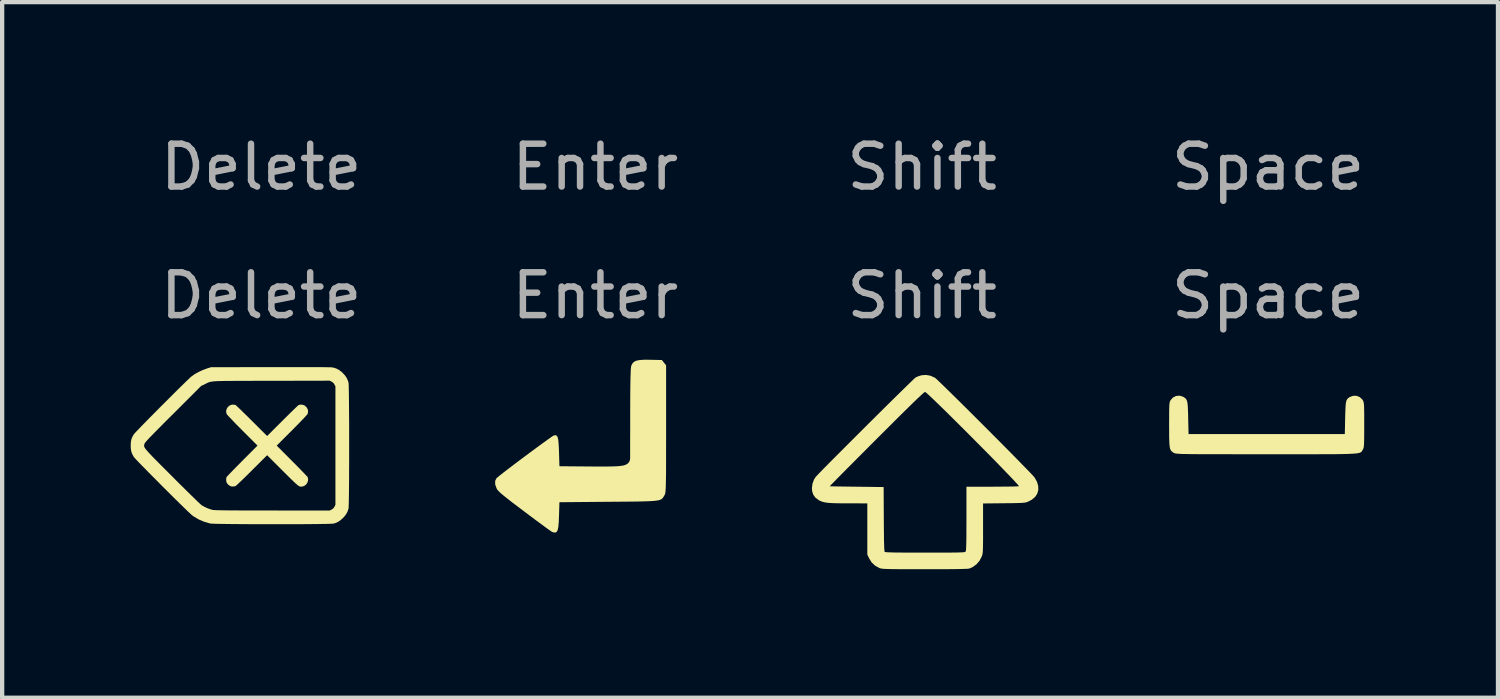
<source format=kicad_pcb>
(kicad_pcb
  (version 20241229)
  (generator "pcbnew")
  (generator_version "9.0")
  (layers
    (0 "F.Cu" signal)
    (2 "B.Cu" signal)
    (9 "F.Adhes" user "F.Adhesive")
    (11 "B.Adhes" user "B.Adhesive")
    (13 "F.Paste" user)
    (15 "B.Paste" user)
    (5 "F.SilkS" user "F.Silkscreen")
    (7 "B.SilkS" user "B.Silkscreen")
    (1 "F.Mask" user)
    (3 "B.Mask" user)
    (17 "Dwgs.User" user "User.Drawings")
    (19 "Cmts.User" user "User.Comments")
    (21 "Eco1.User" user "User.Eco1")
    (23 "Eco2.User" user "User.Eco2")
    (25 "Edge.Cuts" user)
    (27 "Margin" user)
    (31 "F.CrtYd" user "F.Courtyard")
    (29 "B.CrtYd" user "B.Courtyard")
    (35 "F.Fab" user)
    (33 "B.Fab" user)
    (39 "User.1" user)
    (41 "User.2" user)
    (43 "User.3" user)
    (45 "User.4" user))
  (footprint "Enter"
    (layer "F.Cu")
    (at 10.842 7.348)
    (property "Reference" "Enter" (at 0 -6.5 0) (unlocked yes) (layer "F.Fab") (effects (font (size 1 1) (thickness 0.15))))
    (fp_poly (pts (xy 1.279 -2.003) (xy 1.552 -1.997) (xy 1.601 -1.936) (xy 1.651 -1.874) (xy 1.651 -0.389) (xy 1.651 -0.107) (xy 1.65 0.138) (xy 1.65 0.347) (xy 1.65 0.524) (xy 1.649 0.672) (xy 1.647 0.793) (xy 1.645 0.891) (xy 1.643 0.968) (xy 1.64 1.027) (xy 1.636 1.071) (xy 1.632 1.104) (xy 1.626 1.127) (xy 1.62 1.144) (xy 1.613 1.158) (xy 1.611 1.161) (xy 1.594 1.19) (xy 1.578 1.215) (xy 1.56 1.236) (xy 1.537 1.253) (xy 1.506 1.267) (xy 1.463 1.278) (xy 1.405 1.286) (xy 1.329 1.293) (xy 1.231 1.298) (xy 1.109 1.302) (xy 0.959 1.305) (xy 0.778 1.307) (xy 0.562 1.309) (xy 0.31 1.311) (xy -0.838 1.321) (xy -0.848 1.641) (xy -0.854 1.784) (xy -0.863 1.89) (xy -0.877 1.963) (xy -0.898 2.007) (xy -0.927 2.028) (xy -0.966 2.027) (xy -1.012 2.013) (xy -1.034 1.998) (xy -1.086 1.962) (xy -1.163 1.906) (xy -1.261 1.834) (xy -1.376 1.749) (xy -1.505 1.653) (xy -1.644 1.549) (xy -1.651 1.543) (xy -1.817 1.418) (xy -1.953 1.315) (xy -2.061 1.23) (xy -2.145 1.163) (xy -2.209 1.109) (xy -2.254 1.066) (xy -2.284 1.033) (xy -2.301 1.006) (xy -2.302 1.005) (xy -2.337 0.908) (xy -2.338 0.825) (xy -2.308 0.762) (xy -2.281 0.738) (xy -2.227 0.694) (xy -2.148 0.632) (xy -2.051 0.557) (xy -1.939 0.472) (xy -1.816 0.379) (xy -1.687 0.282) (xy -1.557 0.185) (xy -1.429 0.091) (xy -1.309 0.002) (xy -1.2 -0.077) (xy -1.107 -0.144) (xy -1.035 -0.195) (xy -0.987 -0.227) (xy -0.97 -0.236) (xy -0.933 -0.243) (xy -0.905 -0.234) (xy -0.884 -0.206) (xy -0.869 -0.153) (xy -0.859 -0.072) (xy -0.852 0.043) (xy -0.848 0.149) (xy -0.838 0.481) (xy -0.142 0.487) (xy 0.066 0.488) (xy 0.237 0.488) (xy 0.376 0.486) (xy 0.486 0.483) (xy 0.571 0.476) (xy 0.637 0.467) (xy 0.687 0.454) (xy 0.725 0.438) (xy 0.755 0.418) (xy 0.771 0.404) (xy 0.802 0.354) (xy 0.812 0.301) (xy 0.812 0.268) (xy 0.812 0.198) (xy 0.812 0.096) (xy 0.812 -0.035) (xy 0.812 -0.189) (xy 0.813 -0.364) (xy 0.813 -0.553) (xy 0.813 -0.755) (xy 0.813 -0.778) (xy 0.814 -1.039) (xy 0.815 -1.26) (xy 0.817 -1.444) (xy 0.82 -1.592) (xy 0.824 -1.707) (xy 0.828 -1.789) (xy 0.834 -1.842) (xy 0.838 -1.862) (xy 0.864 -1.916) (xy 0.901 -1.955) (xy 0.957 -1.982) (xy 1.036 -1.997) (xy 1.145 -2.004)) (stroke (width 0) (type solid)) (fill yes) (layer "F.SilkS"))
    (fp_text user "${REFERENCE}" (at 0 -3.5 0) (unlocked yes) (layer "F.Fab") (effects (font (size 1 1) (thickness 0.15)))))
  (footprint "Delete"
    (layer "F.Cu")
    (at 3.045 7.348)
    (property "Reference" "Delete" (at 0 -6.5 0) (unlocked yes) (layer "F.Fab") (effects (font (size 1 1) (thickness 0.15))))
    (fp_poly (pts (xy -0.613 -0.952) (xy -0.597 -0.946) (xy -0.585 -0.937) (xy -0.562 -0.915) (xy -0.527 -0.882) (xy -0.482 -0.839) (xy -0.429 -0.787) (xy -0.369 -0.728) (xy -0.303 -0.664) (xy -0.234 -0.595) (xy -0.218 -0.579) (xy 0.138 -0.224) (xy 0.494 -0.579) (xy 0.564 -0.649) (xy 0.631 -0.715) (xy 0.692 -0.775) (xy 0.747 -0.828) (xy 0.793 -0.873) (xy 0.83 -0.909) (xy 0.857 -0.933) (xy 0.871 -0.945) (xy 0.872 -0.946) (xy 0.911 -0.956) (xy 0.956 -0.955) (xy 0.999 -0.943) (xy 1.015 -0.934) (xy 1.059 -0.894) (xy 1.086 -0.847) (xy 1.094 -0.795) (xy 1.084 -0.741) (xy 1.084 -0.741) (xy 1.075 -0.728) (xy 1.053 -0.703) (xy 1.02 -0.667) (xy 0.977 -0.621) (xy 0.925 -0.567) (xy 0.867 -0.507) (xy 0.802 -0.441) (xy 0.733 -0.371) (xy 0.718 -0.356) (xy 0.362 0) (xy 0.717 0.356) (xy 0.787 0.426) (xy 0.853 0.493) (xy 0.913 0.554) (xy 0.966 0.609) (xy 1.011 0.656) (xy 1.046 0.693) (xy 1.071 0.719) (xy 1.083 0.733) (xy 1.083 0.734) (xy 1.095 0.778) (xy 1.091 0.825) (xy 1.073 0.871) (xy 1.044 0.911) (xy 1.005 0.94) (xy 0.969 0.952) (xy 0.951 0.956) (xy 0.934 0.958) (xy 0.918 0.957) (xy 0.901 0.953) (xy 0.882 0.944) (xy 0.86 0.93) (xy 0.833 0.908) (xy 0.799 0.879) (xy 0.759 0.841) (xy 0.709 0.794) (xy 0.65 0.735) (xy 0.579 0.664) (xy 0.499 0.585) (xy 0.138 0.224) (xy -0.219 0.58) (xy -0.289 0.65) (xy -0.356 0.716) (xy -0.418 0.776) (xy -0.473 0.829) (xy -0.521 0.874) (xy -0.559 0.91) (xy -0.586 0.934) (xy -0.601 0.945) (xy -0.603 0.946) (xy -0.65 0.955) (xy -0.699 0.952) (xy -0.719 0.945) (xy -0.758 0.922) (xy -0.792 0.886) (xy -0.805 0.865) (xy -0.815 0.831) (xy -0.818 0.789) (xy -0.814 0.75) (xy -0.808 0.734) (xy -0.799 0.723) (xy -0.777 0.699) (xy -0.744 0.664) (xy -0.701 0.62) (xy -0.649 0.566) (xy -0.59 0.506) (xy -0.526 0.441) (xy -0.457 0.371) (xy -0.442 0.356) (xy -0.087 0) (xy -0.442 -0.356) (xy -0.512 -0.427) (xy -0.578 -0.493) (xy -0.638 -0.555) (xy -0.691 -0.611) (xy -0.736 -0.658) (xy -0.772 -0.696) (xy -0.796 -0.724) (xy -0.808 -0.739) (xy -0.808 -0.741) (xy -0.819 -0.795) (xy -0.81 -0.847) (xy -0.784 -0.894) (xy -0.74 -0.934) (xy -0.74 -0.934) (xy -0.702 -0.951) (xy -0.656 -0.957)) (stroke (width 0) (type solid)) (fill yes) (layer "F.SilkS"))
    (fp_poly (pts (xy 0.95 -1.832) (xy 1.087 -1.832) (xy 1.208 -1.832) (xy 1.313 -1.832) (xy 1.403 -1.831) (xy 1.479 -1.83) (xy 1.542 -1.829) (xy 1.592 -1.828) (xy 1.629 -1.827) (xy 1.655 -1.825) (xy 1.671 -1.823) (xy 1.672 -1.823) (xy 1.747 -1.801) (xy 1.814 -1.767) (xy 1.878 -1.718) (xy 1.907 -1.69) (xy 1.959 -1.633) (xy 1.996 -1.577) (xy 2.023 -1.516) (xy 2.037 -1.472) (xy 2.039 -1.454) (xy 2.041 -1.418) (xy 2.043 -1.364) (xy 2.044 -1.295) (xy 2.046 -1.211) (xy 2.047 -1.115) (xy 2.048 -1.007) (xy 2.049 -0.888) (xy 2.05 -0.761) (xy 2.051 -0.627) (xy 2.052 -0.486) (xy 2.052 -0.341) (xy 2.052 -0.193) (xy 2.052 -0.043) (xy 2.052 0.108) (xy 2.052 0.257) (xy 2.052 0.404) (xy 2.051 0.547) (xy 2.051 0.685) (xy 2.05 0.817) (xy 2.049 0.94) (xy 2.048 1.054) (xy 2.047 1.158) (xy 2.045 1.249) (xy 2.044 1.327) (xy 2.042 1.389) (xy 2.04 1.436) (xy 2.038 1.464) (xy 2.037 1.472) (xy 2.014 1.539) (xy 1.984 1.597) (xy 1.942 1.653) (xy 1.907 1.69) (xy 1.85 1.741) (xy 1.794 1.779) (xy 1.734 1.806) (xy 1.69 1.819) (xy 1.672 1.821) (xy 1.635 1.823) (xy 1.582 1.825) (xy 1.512 1.827) (xy 1.429 1.828) (xy 1.332 1.83) (xy 1.224 1.831) (xy 1.106 1.832) (xy 0.98 1.833) (xy 0.846 1.833) (xy 0.706 1.834) (xy 0.562 1.834) (xy 0.415 1.834) (xy 0.267 1.834) (xy 0.118 1.834) (xy -0.029 1.834) (xy -0.174 1.833) (xy -0.315 1.833) (xy -0.45 1.832) (xy -0.578 1.831) (xy -0.698 1.83) (xy -0.808 1.829) (xy -0.907 1.827) (xy -0.994 1.826) (xy -1.067 1.824) (xy -1.124 1.822) (xy -1.164 1.82) (xy -1.186 1.818) (xy -1.188 1.818) (xy -1.325 1.779) (xy -1.455 1.724) (xy -1.575 1.653) (xy -1.612 1.626) (xy -1.632 1.609) (xy -1.663 1.58) (xy -1.706 1.54) (xy -1.759 1.489) (xy -1.82 1.429) (xy -1.889 1.362) (xy -1.964 1.288) (xy -2.044 1.21) (xy -2.127 1.127) (xy -2.213 1.041) (xy -2.3 0.955) (xy -2.386 0.868) (xy -2.471 0.782) (xy -2.554 0.699) (xy -2.633 0.619) (xy -2.706 0.544) (xy -2.774 0.476) (xy -2.833 0.414) (xy -2.884 0.362) (xy -2.924 0.319) (xy -2.953 0.287) (xy -2.969 0.268) (xy -2.971 0.266) (xy -3.005 0.207) (xy -3.028 0.15) (xy -3.041 0.087) (xy -3.045 0.013) (xy -3.045 0) (xy -3.045 -0.001) (xy -2.733 -0.001) (xy -2.732 0.012) (xy -2.729 0.027) (xy -2.721 0.044) (xy -2.708 0.064) (xy -2.69 0.089) (xy -2.665 0.118) (xy -2.633 0.154) (xy -2.594 0.197) (xy -2.545 0.248) (xy -2.487 0.308) (xy -2.418 0.377) (xy -2.338 0.458) (xy -2.246 0.55) (xy -2.141 0.655) (xy -2.076 0.72) (xy -1.982 0.815) (xy -1.89 0.906) (xy -1.803 0.992) (xy -1.721 1.073) (xy -1.646 1.147) (xy -1.578 1.213) (xy -1.519 1.271) (xy -1.469 1.319) (xy -1.43 1.355) (xy -1.403 1.38) (xy -1.39 1.391) (xy -1.328 1.426) (xy -1.257 1.46) (xy -1.184 1.486) (xy -1.133 1.5) (xy -1.121 1.502) (xy -1.102 1.504) (xy -1.075 1.505) (xy -1.039 1.507) (xy -0.994 1.508) (xy -0.938 1.509) (xy -0.871 1.51) (xy -0.792 1.511) (xy -0.7 1.512) (xy -0.593 1.512) (xy -0.472 1.513) (xy -0.335 1.513) (xy -0.18 1.513) (xy -0.008 1.514) (xy 0.182 1.514) (xy 0.263 1.514) (xy 1.598 1.515) (xy 1.643 1.492) (xy 1.681 1.466) (xy 1.707 1.43) (xy 1.71 1.425) (xy 1.732 1.381) (xy 1.732 -1.381) (xy 1.71 -1.425) (xy 1.684 -1.463) (xy 1.648 -1.49) (xy 1.642 -1.492) (xy 1.598 -1.515) (xy 0.237 -1.512) (xy 0.043 -1.512) (xy -0.132 -1.512) (xy -0.289 -1.511) (xy -0.43 -1.511) (xy -0.555 -1.511) (xy -0.665 -1.51) (xy -0.762 -1.51) (xy -0.847 -1.509) (xy -0.919 -1.507) (xy -0.982 -1.506) (xy -1.035 -1.504) (xy -1.08 -1.501) (xy -1.117 -1.498) (xy -1.149 -1.494) (xy -1.175 -1.49) (xy -1.197 -1.485) (xy -1.217 -1.479) (xy -1.234 -1.473) (xy -1.251 -1.466) (xy -1.268 -1.457) (xy -1.286 -1.448) (xy -1.306 -1.438) (xy -1.317 -1.432) (xy -1.402 -1.392) (xy -2.056 -0.738) (xy -2.169 -0.626) (xy -2.268 -0.527) (xy -2.354 -0.44) (xy -2.429 -0.365) (xy -2.493 -0.3) (xy -2.547 -0.244) (xy -2.593 -0.198) (xy -2.629 -0.159) (xy -2.658 -0.128) (xy -2.681 -0.102) (xy -2.698 -0.082) (xy -2.71 -0.067) (xy -2.718 -0.055) (xy -2.722 -0.045) (xy -2.723 -0.042) (xy -2.727 -0.028) (xy -2.731 -0.014) (xy -2.733 -0.001) (xy -3.045 -0.001) (xy -3.042 -0.077) (xy -3.031 -0.141) (xy -3.01 -0.198) (xy -2.977 -0.256) (xy -2.971 -0.266) (xy -2.958 -0.281) (xy -2.933 -0.309) (xy -2.896 -0.348) (xy -2.848 -0.398) (xy -2.791 -0.457) (xy -2.726 -0.523) (xy -2.655 -0.596) (xy -2.578 -0.674) (xy -2.497 -0.756) (xy -2.413 -0.841) (xy -2.328 -0.927) (xy -2.241 -1.013) (xy -2.156 -1.098) (xy -2.073 -1.181) (xy -1.993 -1.261) (xy -1.918 -1.335) (xy -1.848 -1.403) (xy -1.786 -1.464) (xy -1.732 -1.517) (xy -1.687 -1.559) (xy -1.654 -1.591) (xy -1.632 -1.61) (xy -1.631 -1.611) (xy -1.554 -1.666) (xy -1.463 -1.718) (xy -1.364 -1.763) (xy -1.264 -1.8) (xy -1.262 -1.801) (xy -1.173 -1.829) (xy 0.222 -1.832) (xy 0.432 -1.832) (xy 0.623 -1.832) (xy 0.795 -1.832)) (stroke (width 0) (type solid)) (fill yes) (layer "F.SilkS"))
    (fp_text user "${REFERENCE}" (at 0 -3.5 0) (unlocked yes) (layer "F.Fab") (effects (font (size 1 1) (thickness 0.15)))))
  (footprint "Space"
    (layer "F.Cu")
    (at 26.541 6.348)
    (property "Reference" "Space" (at 0 -5.5 0) (unlocked yes) (layer "F.Fab") (effects (font (size 1 1) (thickness 0.15))))
    (fp_poly (pts (xy -1.99 -0.143) (xy -1.974 -0.134) (xy -1.943 -0.114) (xy -1.92 -0.093) (xy -1.902 -0.065) (xy -1.889 -0.027) (xy -1.88 0.026) (xy -1.874 0.098) (xy -1.87 0.195) (xy -1.866 0.32) (xy -1.866 0.355) (xy -1.857 0.731) (xy 1.789 0.731) (xy 1.797 0.355) (xy 1.801 0.222) (xy 1.805 0.119) (xy 1.81 0.041) (xy 1.818 -0.016) (xy 1.83 -0.057) (xy 1.847 -0.087) (xy 1.869 -0.109) (xy 1.897 -0.129) (xy 1.905 -0.134) (xy 1.983 -0.163) (xy 2.063 -0.162) (xy 2.138 -0.132) (xy 2.198 -0.076) (xy 2.209 -0.06) (xy 2.218 -0.042) (xy 2.226 -0.022) (xy 2.231 0.006) (xy 2.236 0.044) (xy 2.239 0.097) (xy 2.24 0.169) (xy 2.242 0.264) (xy 2.242 0.385) (xy 2.242 0.517) (xy 2.242 0.665) (xy 2.241 0.784) (xy 2.24 0.875) (xy 2.238 0.945) (xy 2.235 0.996) (xy 2.231 1.033) (xy 2.225 1.059) (xy 2.217 1.079) (xy 2.209 1.094) (xy 2.2 1.11) (xy 2.192 1.124) (xy 2.184 1.136) (xy 2.174 1.148) (xy 2.16 1.157) (xy 2.139 1.166) (xy 2.112 1.173) (xy 2.074 1.18) (xy 2.026 1.185) (xy 1.964 1.189) (xy 1.888 1.193) (xy 1.795 1.196) (xy 1.684 1.198) (xy 1.553 1.2) (xy 1.399 1.201) (xy 1.222 1.201) (xy 1.02 1.202) (xy 0.79 1.202) (xy 0.531 1.202) (xy 0.241 1.202) (xy -0.038 1.202) (xy -0.35 1.202) (xy -0.63 1.202) (xy -0.88 1.201) (xy -1.101 1.201) (xy -1.295 1.201) (xy -1.463 1.2) (xy -1.609 1.2) (xy -1.733 1.199) (xy -1.838 1.198) (xy -1.924 1.196) (xy -1.995 1.195) (xy -2.051 1.193) (xy -2.096 1.19) (xy -2.129 1.187) (xy -2.154 1.184) (xy -2.173 1.181) (xy -2.186 1.177) (xy -2.196 1.172) (xy -2.203 1.168) (xy -2.232 1.15) (xy -2.255 1.13) (xy -2.273 1.106) (xy -2.287 1.073) (xy -2.297 1.029) (xy -2.303 0.968) (xy -2.307 0.888) (xy -2.31 0.784) (xy -2.31 0.653) (xy -2.311 0.514) (xy -2.31 0.366) (xy -2.31 0.248) (xy -2.309 0.157) (xy -2.307 0.088) (xy -2.304 0.037) (xy -2.299 0.001) (xy -2.293 -0.025) (xy -2.285 -0.045) (xy -2.277 -0.06) (xy -2.221 -0.122) (xy -2.149 -0.158) (xy -2.069 -0.166)) (stroke (width 0) (type solid)) (fill yes) (layer "F.SilkS"))
    (fp_text user "${REFERENCE}" (at 0 -2.5 0) (unlocked yes) (layer "F.Fab") (effects (font (size 1 1) (thickness 0.15)))))
  (footprint "Shift"
    (layer "F.Cu")
    (at 18.467 7.848)
    (property "Reference" "Shift" (at 0 -7 0) (unlocked yes) (layer "F.Fab") (effects (font (size 1 1) (thickness 0.15))))
    (fp_poly (pts (xy 0.194 -2.131) (xy 0.294 -2.086) (xy 0.299 -2.084) (xy 0.317 -2.069) (xy 0.354 -2.035) (xy 0.408 -1.983) (xy 0.478 -1.916) (xy 0.561 -1.835) (xy 0.656 -1.742) (xy 0.762 -1.638) (xy 0.877 -1.525) (xy 0.999 -1.404) (xy 1.126 -1.277) (xy 1.258 -1.146) (xy 1.392 -1.012) (xy 1.527 -0.877) (xy 1.661 -0.742) (xy 1.793 -0.61) (xy 1.921 -0.481) (xy 2.043 -0.358) (xy 2.158 -0.241) (xy 2.264 -0.133) (xy 2.359 -0.035) (xy 2.443 0.05) (xy 2.513 0.123) (xy 2.567 0.18) (xy 2.605 0.221) (xy 2.624 0.244) (xy 2.625 0.245) (xy 2.681 0.346) (xy 2.709 0.445) (xy 2.711 0.537) (xy 2.686 0.623) (xy 2.636 0.698) (xy 2.56 0.762) (xy 2.471 0.808) (xy 2.448 0.817) (xy 2.425 0.824) (xy 2.399 0.829) (xy 2.365 0.833) (xy 2.321 0.837) (xy 2.263 0.839) (xy 2.188 0.841) (xy 2.093 0.843) (xy 1.974 0.844) (xy 1.907 0.845) (xy 1.422 0.85) (xy 1.422 1.427) (xy 1.422 1.572) (xy 1.422 1.692) (xy 1.421 1.789) (xy 1.42 1.866) (xy 1.418 1.926) (xy 1.416 1.972) (xy 1.412 2.007) (xy 1.408 2.035) (xy 1.402 2.058) (xy 1.395 2.079) (xy 1.394 2.081) (xy 1.342 2.184) (xy 1.268 2.27) (xy 1.176 2.336) (xy 1.106 2.367) (xy 1.089 2.37) (xy 1.057 2.374) (xy 1.01 2.376) (xy 0.945 2.378) (xy 0.862 2.38) (xy 0.758 2.382) (xy 0.633 2.383) (xy 0.484 2.383) (xy 0.309 2.384) (xy 0.108 2.384) (xy 0.065 2.384) (xy -0.129 2.384) (xy -0.296 2.384) (xy -0.438 2.383) (xy -0.558 2.383) (xy -0.658 2.382) (xy -0.74 2.381) (xy -0.806 2.379) (xy -0.859 2.377) (xy -0.899 2.375) (xy -0.93 2.372) (xy -0.954 2.368) (xy -0.973 2.364) (xy -0.988 2.359) (xy -0.996 2.357) (xy -1.095 2.303) (xy -1.176 2.228) (xy -1.235 2.134) (xy -1.279 2.043) (xy -1.279 0.848) (xy -1.72 0.847) (xy -1.869 0.847) (xy -1.991 0.845) (xy -2.092 0.842) (xy -2.174 0.837) (xy -2.24 0.829) (xy -2.294 0.819) (xy -2.339 0.806) (xy -2.379 0.79) (xy -2.407 0.776) (xy -2.485 0.719) (xy -2.538 0.649) (xy -2.566 0.565) (xy -2.572 0.495) (xy -2.566 0.448) (xy -2.155 0.448) (xy -2.155 0.448) (xy -2.14 0.449) (xy -2.098 0.45) (xy -2.034 0.452) (xy -1.951 0.453) (xy -1.85 0.455) (xy -1.735 0.456) (xy -1.609 0.458) (xy -1.523 0.459) (xy -0.898 0.467) (xy -0.894 1.213) (xy -0.893 1.399) (xy -0.891 1.557) (xy -0.89 1.689) (xy -0.887 1.795) (xy -0.885 1.876) (xy -0.881 1.933) (xy -0.878 1.967) (xy -0.874 1.978) (xy -0.867 1.982) (xy -0.849 1.985) (xy -0.82 1.988) (xy -0.778 1.99) (xy -0.72 1.992) (xy -0.645 1.994) (xy -0.55 1.995) (xy -0.435 1.996) (xy -0.297 1.997) (xy -0.133 1.997) (xy 0.056 1.997) (xy 0.068 1.997) (xy 0.255 1.997) (xy 0.415 1.997) (xy 0.55 1.996) (xy 0.663 1.996) (xy 0.756 1.995) (xy 0.83 1.994) (xy 0.888 1.992) (xy 0.932 1.99) (xy 0.964 1.988) (xy 0.986 1.985) (xy 1.001 1.981) (xy 1.009 1.977) (xy 1.014 1.972) (xy 1.019 1.961) (xy 1.023 1.939) (xy 1.026 1.905) (xy 1.028 1.855) (xy 1.03 1.789) (xy 1.032 1.703) (xy 1.033 1.597) (xy 1.033 1.467) (xy 1.034 1.312) (xy 1.034 1.203) (xy 1.034 0.46) (xy 1.634 0.459) (xy 1.763 0.458) (xy 1.884 0.457) (xy 1.994 0.456) (xy 2.088 0.455) (xy 2.165 0.453) (xy 2.221 0.451) (xy 2.253 0.449) (xy 2.259 0.448) (xy 2.253 0.436) (xy 2.228 0.406) (xy 2.186 0.36) (xy 2.128 0.297) (xy 2.056 0.221) (xy 1.971 0.133) (xy 1.876 0.034) (xy 1.771 -0.074) (xy 1.658 -0.19) (xy 1.539 -0.311) (xy 1.415 -0.436) (xy 1.288 -0.564) (xy 1.159 -0.694) (xy 1.031 -0.822) (xy 0.904 -0.949) (xy 0.78 -1.072) (xy 0.662 -1.19) (xy 0.549 -1.301) (xy 0.445 -1.403) (xy 0.35 -1.495) (xy 0.266 -1.576) (xy 0.195 -1.643) (xy 0.138 -1.696) (xy 0.097 -1.732) (xy 0.073 -1.751) (xy 0.069 -1.753) (xy 0.058 -1.747) (xy 0.036 -1.731) (xy 0.003 -1.702) (xy -0.042 -1.66) (xy -0.101 -1.605) (xy -0.174 -1.535) (xy -0.261 -1.45) (xy -0.364 -1.349) (xy -0.484 -1.231) (xy -0.621 -1.095) (xy -0.775 -0.941) (xy -0.949 -0.768) (xy -1.063 -0.654) (xy -1.211 -0.506) (xy -1.352 -0.364) (xy -1.486 -0.23) (xy -1.612 -0.103) (xy -1.728 0.013) (xy -1.833 0.119) (xy -1.925 0.212) (xy -2.004 0.292) (xy -2.067 0.357) (xy -2.115 0.405) (xy -2.144 0.436) (xy -2.155 0.448) (xy -2.566 0.448) (xy -2.559 0.39) (xy -2.523 0.292) (xy -2.484 0.232) (xy -2.466 0.211) (xy -2.429 0.172) (xy -2.375 0.116) (xy -2.306 0.045) (xy -2.223 -0.039) (xy -2.128 -0.135) (xy -2.022 -0.241) (xy -1.908 -0.355) (xy -1.787 -0.477) (xy -1.659 -0.605) (xy -1.528 -0.736) (xy -1.394 -0.869) (xy -1.26 -1.003) (xy -1.126 -1.136) (xy -0.994 -1.267) (xy -0.866 -1.394) (xy -0.744 -1.515) (xy -0.628 -1.629) (xy -0.522 -1.733) (xy -0.425 -1.828) (xy -0.341 -1.91) (xy -0.27 -1.979) (xy -0.214 -2.033) (xy -0.175 -2.07) (xy -0.154 -2.089) (xy -0.151 -2.09) (xy -0.103 -2.113) (xy -0.043 -2.133) (xy -0.011 -2.142) (xy 0.09 -2.149)) (stroke (width 0) (type solid)) (fill yes) (layer "F.SilkS"))
    (fp_text user "${REFERENCE}" (at 0 -4 0) (unlocked yes) (layer "F.Fab") (effects (font (size 1 1) (thickness 0.15)))))
  (gr_rect
    (start -3 -3)
    (end 31.904 13.232)
    (stroke (width 0.1) (type default))
    (fill no)
    (layer "Edge.Cuts")))
</source>
